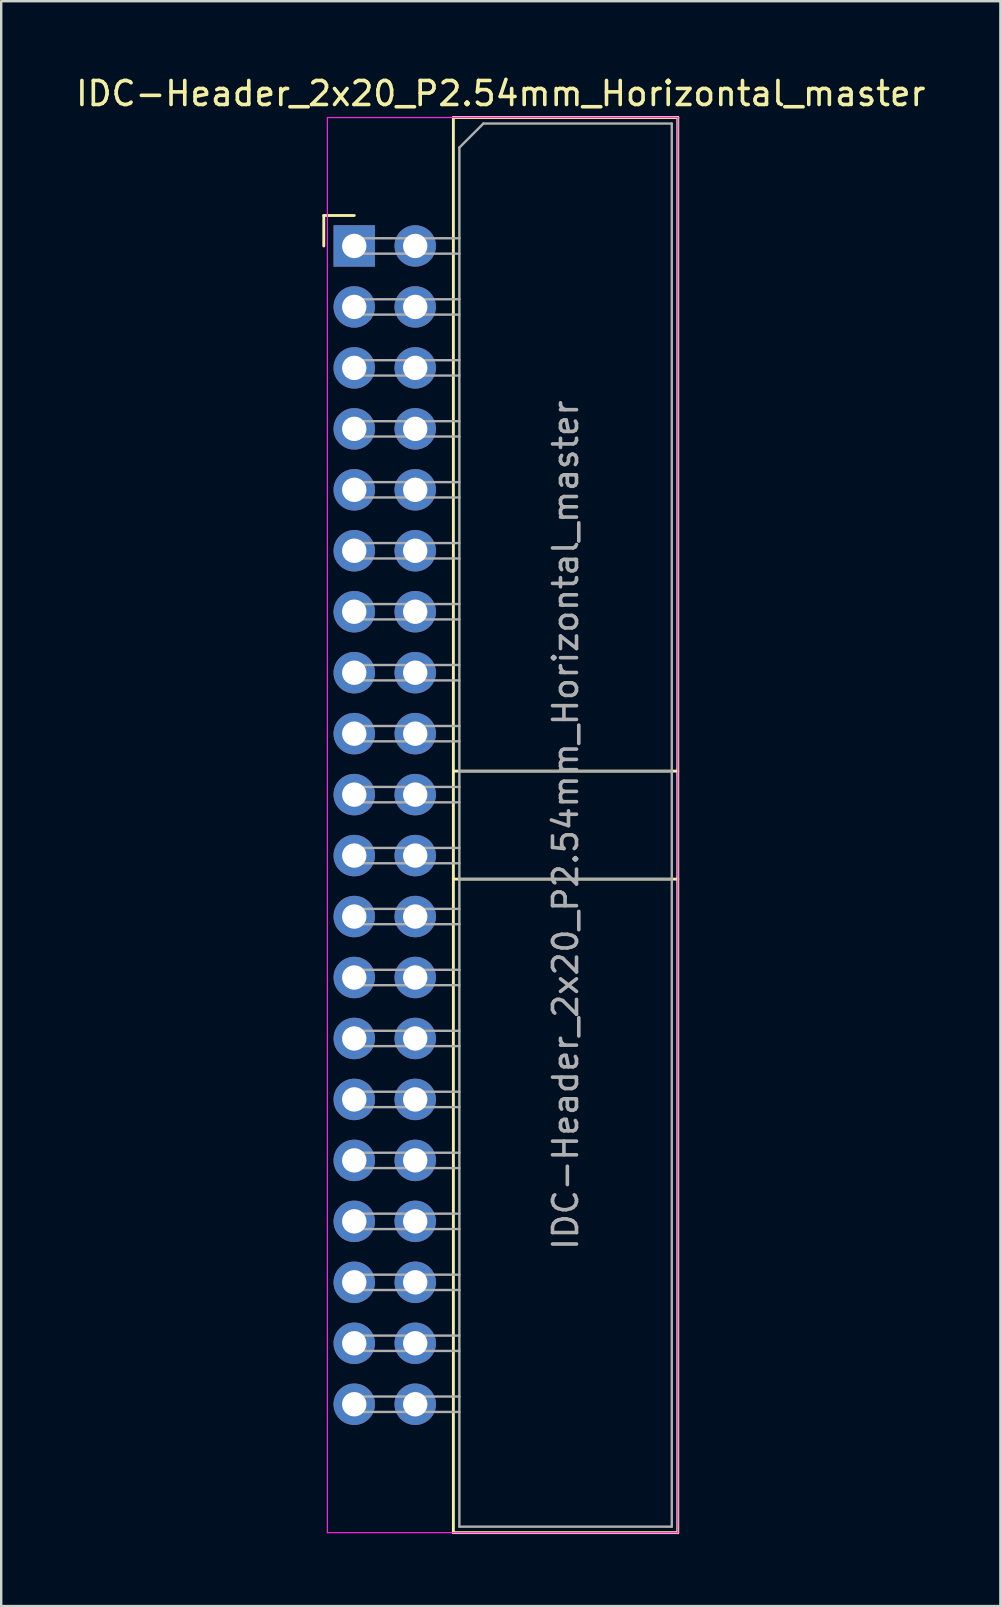
<source format=kicad_pcb>
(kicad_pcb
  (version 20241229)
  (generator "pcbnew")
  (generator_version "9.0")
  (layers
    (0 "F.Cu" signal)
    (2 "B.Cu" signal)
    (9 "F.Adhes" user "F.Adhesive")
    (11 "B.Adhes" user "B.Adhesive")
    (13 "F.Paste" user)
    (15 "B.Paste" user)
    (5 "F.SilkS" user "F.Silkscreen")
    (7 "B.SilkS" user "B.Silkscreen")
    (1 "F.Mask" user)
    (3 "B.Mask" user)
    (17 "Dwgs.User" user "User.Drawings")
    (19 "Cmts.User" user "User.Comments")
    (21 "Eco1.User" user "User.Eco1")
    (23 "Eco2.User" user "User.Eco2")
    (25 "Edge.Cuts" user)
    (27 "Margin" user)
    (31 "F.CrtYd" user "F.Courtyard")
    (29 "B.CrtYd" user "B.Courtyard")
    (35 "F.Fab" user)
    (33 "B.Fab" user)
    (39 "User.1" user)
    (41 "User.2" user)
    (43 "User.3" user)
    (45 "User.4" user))
  (footprint "IDC-Header_2x20_P2.54mm_Horizontal_master"
    (layer "F.Cu")
    (at 11.71 7.198)
    (property "Reference" "IDC-Header_2x20_P2.54mm_Horizontal_master" (at 6.105 -6.35 0) (layer "F.SilkS") (effects (font (size 1 1) (thickness 0.15))))
    (attr through_hole)
    (fp_line (start -1.27 -1.27) (end -1.27 0) (stroke (width 0.12) (type solid)) (layer "F.SilkS"))
    (fp_line (start 0 -1.27) (end -1.27 -1.27) (stroke (width 0.12) (type solid)) (layer "F.SilkS"))
    (fp_line (start 4.13 -5.35) (end 13.48 -5.35) (stroke (width 0.12) (type solid)) (layer "F.SilkS"))
    (fp_line (start 4.13 21.88) (end 13.48 21.88) (stroke (width 0.12) (type solid)) (layer "F.SilkS"))
    (fp_line (start 4.13 26.38) (end 13.48 26.38) (stroke (width 0.12) (type solid)) (layer "F.SilkS"))
    (fp_line (start 4.13 53.61) (end 4.13 -5.35) (stroke (width 0.12) (type solid)) (layer "F.SilkS"))
    (fp_line (start 4.13 53.61) (end 13.48 53.61) (stroke (width 0.12) (type solid)) (layer "F.SilkS"))
    (fp_line (start 13.48 -5.35) (end 13.48 53.61) (stroke (width 0.12) (type solid)) (layer "F.SilkS"))
    (fp_line (start -1.12 -5.35) (end 13.48 -5.35) (stroke (width 0.05) (type solid)) (layer "F.CrtYd"))
    (fp_line (start -1.12 53.61) (end -1.12 -5.35) (stroke (width 0.05) (type solid)) (layer "F.CrtYd"))
    (fp_line (start 13.48 -5.35) (end 13.48 53.61) (stroke (width 0.05) (type solid)) (layer "F.CrtYd"))
    (fp_line (start 13.48 53.61) (end -1.12 53.61) (stroke (width 0.05) (type solid)) (layer "F.CrtYd"))
    (fp_line (start -0.32 -0.32) (end -0.32 0.32) (stroke (width 0.1) (type solid)) (layer "F.Fab"))
    (fp_line (start -0.32 0.32) (end 4.38 0.32) (stroke (width 0.1) (type solid)) (layer "F.Fab"))
    (fp_line (start -0.32 2.22) (end -0.32 2.86) (stroke (width 0.1) (type solid)) (layer "F.Fab"))
    (fp_line (start -0.32 2.86) (end 4.38 2.86) (stroke (width 0.1) (type solid)) (layer "F.Fab"))
    (fp_line (start -0.32 4.76) (end -0.32 5.4) (stroke (width 0.1) (type solid)) (layer "F.Fab"))
    (fp_line (start -0.32 5.4) (end 4.38 5.4) (stroke (width 0.1) (type solid)) (layer "F.Fab"))
    (fp_line (start -0.32 7.3) (end -0.32 7.94) (stroke (width 0.1) (type solid)) (layer "F.Fab"))
    (fp_line (start -0.32 7.94) (end 4.38 7.94) (stroke (width 0.1) (type solid)) (layer "F.Fab"))
    (fp_line (start -0.32 9.84) (end -0.32 10.48) (stroke (width 0.1) (type solid)) (layer "F.Fab"))
    (fp_line (start -0.32 10.48) (end 4.38 10.48) (stroke (width 0.1) (type solid)) (layer "F.Fab"))
    (fp_line (start -0.32 12.38) (end -0.32 13.02) (stroke (width 0.1) (type solid)) (layer "F.Fab"))
    (fp_line (start -0.32 13.02) (end 4.38 13.02) (stroke (width 0.1) (type solid)) (layer "F.Fab"))
    (fp_line (start -0.32 14.92) (end -0.32 15.56) (stroke (width 0.1) (type solid)) (layer "F.Fab"))
    (fp_line (start -0.32 15.56) (end 4.38 15.56) (stroke (width 0.1) (type solid)) (layer "F.Fab"))
    (fp_line (start -0.32 17.46) (end -0.32 18.1) (stroke (width 0.1) (type solid)) (layer "F.Fab"))
    (fp_line (start -0.32 18.1) (end 4.38 18.1) (stroke (width 0.1) (type solid)) (layer "F.Fab"))
    (fp_line (start -0.32 20) (end -0.32 20.64) (stroke (width 0.1) (type solid)) (layer "F.Fab"))
    (fp_line (start -0.32 20.64) (end 4.38 20.64) (stroke (width 0.1) (type solid)) (layer "F.Fab"))
    (fp_line (start -0.32 22.54) (end -0.32 23.18) (stroke (width 0.1) (type solid)) (layer "F.Fab"))
    (fp_line (start -0.32 23.18) (end 4.38 23.18) (stroke (width 0.1) (type solid)) (layer "F.Fab"))
    (fp_line (start -0.32 25.08) (end -0.32 25.72) (stroke (width 0.1) (type solid)) (layer "F.Fab"))
    (fp_line (start -0.32 25.72) (end 4.38 25.72) (stroke (width 0.1) (type solid)) (layer "F.Fab"))
    (fp_line (start -0.32 27.62) (end -0.32 28.26) (stroke (width 0.1) (type solid)) (layer "F.Fab"))
    (fp_line (start -0.32 28.26) (end 4.38 28.26) (stroke (width 0.1) (type solid)) (layer "F.Fab"))
    (fp_line (start -0.32 30.16) (end -0.32 30.8) (stroke (width 0.1) (type solid)) (layer "F.Fab"))
    (fp_line (start -0.32 30.8) (end 4.38 30.8) (stroke (width 0.1) (type solid)) (layer "F.Fab"))
    (fp_line (start -0.32 32.7) (end -0.32 33.34) (stroke (width 0.1) (type solid)) (layer "F.Fab"))
    (fp_line (start -0.32 33.34) (end 4.38 33.34) (stroke (width 0.1) (type solid)) (layer "F.Fab"))
    (fp_line (start -0.32 35.24) (end -0.32 35.88) (stroke (width 0.1) (type solid)) (layer "F.Fab"))
    (fp_line (start -0.32 35.88) (end 4.38 35.88) (stroke (width 0.1) (type solid)) (layer "F.Fab"))
    (fp_line (start -0.32 37.78) (end -0.32 38.42) (stroke (width 0.1) (type solid)) (layer "F.Fab"))
    (fp_line (start -0.32 38.42) (end 4.38 38.42) (stroke (width 0.1) (type solid)) (layer "F.Fab"))
    (fp_line (start -0.32 40.32) (end -0.32 40.96) (stroke (width 0.1) (type solid)) (layer "F.Fab"))
    (fp_line (start -0.32 40.96) (end 4.38 40.96) (stroke (width 0.1) (type solid)) (layer "F.Fab"))
    (fp_line (start -0.32 42.86) (end -0.32 43.5) (stroke (width 0.1) (type solid)) (layer "F.Fab"))
    (fp_line (start -0.32 43.5) (end 4.38 43.5) (stroke (width 0.1) (type solid)) (layer "F.Fab"))
    (fp_line (start -0.32 45.4) (end -0.32 46.04) (stroke (width 0.1) (type solid)) (layer "F.Fab"))
    (fp_line (start -0.32 46.04) (end 4.38 46.04) (stroke (width 0.1) (type solid)) (layer "F.Fab"))
    (fp_line (start -0.32 47.94) (end -0.32 48.58) (stroke (width 0.1) (type solid)) (layer "F.Fab"))
    (fp_line (start -0.32 48.58) (end 4.38 48.58) (stroke (width 0.1) (type solid)) (layer "F.Fab"))
    (fp_line (start 4.38 -4.1) (end 5.38 -5.1) (stroke (width 0.1) (type solid)) (layer "F.Fab"))
    (fp_line (start 4.38 -0.32) (end -0.32 -0.32) (stroke (width 0.1) (type solid)) (layer "F.Fab"))
    (fp_line (start 4.38 2.22) (end -0.32 2.22) (stroke (width 0.1) (type solid)) (layer "F.Fab"))
    (fp_line (start 4.38 4.76) (end -0.32 4.76) (stroke (width 0.1) (type solid)) (layer "F.Fab"))
    (fp_line (start 4.38 7.3) (end -0.32 7.3) (stroke (width 0.1) (type solid)) (layer "F.Fab"))
    (fp_line (start 4.38 9.84) (end -0.32 9.84) (stroke (width 0.1) (type solid)) (layer "F.Fab"))
    (fp_line (start 4.38 12.38) (end -0.32 12.38) (stroke (width 0.1) (type solid)) (layer "F.Fab"))
    (fp_line (start 4.38 14.92) (end -0.32 14.92) (stroke (width 0.1) (type solid)) (layer "F.Fab"))
    (fp_line (start 4.38 17.46) (end -0.32 17.46) (stroke (width 0.1) (type solid)) (layer "F.Fab"))
    (fp_line (start 4.38 20) (end -0.32 20) (stroke (width 0.1) (type solid)) (layer "F.Fab"))
    (fp_line (start 4.38 21.88) (end 13.23 21.88) (stroke (width 0.1) (type solid)) (layer "F.Fab"))
    (fp_line (start 4.38 22.54) (end -0.32 22.54) (stroke (width 0.1) (type solid)) (layer "F.Fab"))
    (fp_line (start 4.38 25.08) (end -0.32 25.08) (stroke (width 0.1) (type solid)) (layer "F.Fab"))
    (fp_line (start 4.38 26.38) (end 13.23 26.38) (stroke (width 0.1) (type solid)) (layer "F.Fab"))
    (fp_line (start 4.38 27.62) (end -0.32 27.62) (stroke (width 0.1) (type solid)) (layer "F.Fab"))
    (fp_line (start 4.38 30.16) (end -0.32 30.16) (stroke (width 0.1) (type solid)) (layer "F.Fab"))
    (fp_line (start 4.38 32.7) (end -0.32 32.7) (stroke (width 0.1) (type solid)) (layer "F.Fab"))
    (fp_line (start 4.38 35.24) (end -0.32 35.24) (stroke (width 0.1) (type solid)) (layer "F.Fab"))
    (fp_line (start 4.38 37.78) (end -0.32 37.78) (stroke (width 0.1) (type solid)) (layer "F.Fab"))
    (fp_line (start 4.38 40.32) (end -0.32 40.32) (stroke (width 0.1) (type solid)) (layer "F.Fab"))
    (fp_line (start 4.38 42.86) (end -0.32 42.86) (stroke (width 0.1) (type solid)) (layer "F.Fab"))
    (fp_line (start 4.38 45.4) (end -0.32 45.4) (stroke (width 0.1) (type solid)) (layer "F.Fab"))
    (fp_line (start 4.38 47.94) (end -0.32 47.94) (stroke (width 0.1) (type solid)) (layer "F.Fab"))
    (fp_line (start 4.38 53.36) (end 4.38 -4.1) (stroke (width 0.1) (type solid)) (layer "F.Fab"))
    (fp_line (start 4.38 53.36) (end 13.23 53.36) (stroke (width 0.1) (type solid)) (layer "F.Fab"))
    (fp_line (start 5.38 -5.1) (end 13.23 -5.1) (stroke (width 0.1) (type solid)) (layer "F.Fab"))
    (fp_line (start 13.23 53.36) (end 13.23 -5.1) (stroke (width 0.1) (type solid)) (layer "F.Fab"))
    (fp_text user "${REFERENCE}" (at 8.805 24.13 90) (layer "F.Fab") (effects (font (size 1 1) (thickness 0.15))))
    (pad "1" thru_hole rect (at 0 0) (size 1.727 1.727) (drill 1.016) (layers "*.Cu" "*.Mask"))
    (pad "2" thru_hole oval (at 2.54 0) (size 1.727 1.727) (drill 1.016) (layers "*.Cu" "*.Mask"))
    (pad "3" thru_hole oval (at 0 2.54) (size 1.727 1.727) (drill 1.016) (layers "*.Cu" "*.Mask"))
    (pad "4" thru_hole oval (at 2.54 2.54) (size 1.727 1.727) (drill 1.016) (layers "*.Cu" "*.Mask"))
    (pad "5" thru_hole oval (at 0 5.08) (size 1.727 1.727) (drill 1.016) (layers "*.Cu" "*.Mask"))
    (pad "6" thru_hole oval (at 2.54 5.08) (size 1.727 1.727) (drill 1.016) (layers "*.Cu" "*.Mask"))
    (pad "7" thru_hole oval (at 0 7.62) (size 1.727 1.727) (drill 1.016) (layers "*.Cu" "*.Mask"))
    (pad "8" thru_hole oval (at 2.54 7.62) (size 1.727 1.727) (drill 1.016) (layers "*.Cu" "*.Mask"))
    (pad "9" thru_hole oval (at 0 10.16) (size 1.727 1.727) (drill 1.016) (layers "*.Cu" "*.Mask"))
    (pad "10" thru_hole oval (at 2.54 10.16) (size 1.727 1.727) (drill 1.016) (layers "*.Cu" "*.Mask"))
    (pad "11" thru_hole oval (at 0 12.7) (size 1.727 1.727) (drill 1.016) (layers "*.Cu" "*.Mask"))
    (pad "12" thru_hole oval (at 2.54 12.7) (size 1.727 1.727) (drill 1.016) (layers "*.Cu" "*.Mask"))
    (pad "13" thru_hole oval (at 0 15.24) (size 1.727 1.727) (drill 1.016) (layers "*.Cu" "*.Mask"))
    (pad "14" thru_hole oval (at 2.54 15.24) (size 1.727 1.727) (drill 1.016) (layers "*.Cu" "*.Mask"))
    (pad "15" thru_hole oval (at 0 17.78) (size 1.727 1.727) (drill 1.016) (layers "*.Cu" "*.Mask"))
    (pad "16" thru_hole oval (at 2.54 17.78) (size 1.727 1.727) (drill 1.016) (layers "*.Cu" "*.Mask"))
    (pad "17" thru_hole oval (at 0 20.32) (size 1.727 1.727) (drill 1.016) (layers "*.Cu" "*.Mask"))
    (pad "18" thru_hole oval (at 2.54 20.32) (size 1.727 1.727) (drill 1.016) (layers "*.Cu" "*.Mask"))
    (pad "19" thru_hole oval (at 0 22.86) (size 1.727 1.727) (drill 1.016) (layers "*.Cu" "*.Mask"))
    (pad "20" thru_hole oval (at 2.54 22.86) (size 1.727 1.727) (drill 1.016) (layers "*.Cu" "*.Mask"))
    (pad "21" thru_hole oval (at 0 25.4) (size 1.727 1.727) (drill 1.016) (layers "*.Cu" "*.Mask"))
    (pad "22" thru_hole oval (at 2.54 25.4) (size 1.727 1.727) (drill 1.016) (layers "*.Cu" "*.Mask"))
    (pad "23" thru_hole oval (at 0 27.94) (size 1.727 1.727) (drill 1.016) (layers "*.Cu" "*.Mask"))
    (pad "24" thru_hole oval (at 2.54 27.94) (size 1.727 1.727) (drill 1.016) (layers "*.Cu" "*.Mask"))
    (pad "25" thru_hole oval (at 0 30.48) (size 1.727 1.727) (drill 1.016) (layers "*.Cu" "*.Mask"))
    (pad "26" thru_hole oval (at 2.54 30.48) (size 1.727 1.727) (drill 1.016) (layers "*.Cu" "*.Mask"))
    (pad "27" thru_hole oval (at 0 33.02) (size 1.727 1.727) (drill 1.016) (layers "*.Cu" "*.Mask"))
    (pad "28" thru_hole oval (at 2.54 33.02) (size 1.727 1.727) (drill 1.016) (layers "*.Cu" "*.Mask"))
    (pad "29" thru_hole oval (at 0 35.56) (size 1.727 1.727) (drill 1.016) (layers "*.Cu" "*.Mask"))
    (pad "30" thru_hole oval (at 2.54 35.56) (size 1.727 1.727) (drill 1.016) (layers "*.Cu" "*.Mask"))
    (pad "31" thru_hole oval (at 0 38.1) (size 1.727 1.727) (drill 1.016) (layers "*.Cu" "*.Mask"))
    (pad "32" thru_hole oval (at 2.54 38.1) (size 1.727 1.727) (drill 1.016) (layers "*.Cu" "*.Mask"))
    (pad "33" thru_hole oval (at 0 40.64) (size 1.727 1.727) (drill 1.016) (layers "*.Cu" "*.Mask"))
    (pad "34" thru_hole oval (at 2.54 40.64) (size 1.727 1.727) (drill 1.016) (layers "*.Cu" "*.Mask"))
    (pad "35" thru_hole oval (at 0 43.18) (size 1.727 1.727) (drill 1.016) (layers "*.Cu" "*.Mask"))
    (pad "36" thru_hole oval (at 2.54 43.18) (size 1.727 1.727) (drill 1.016) (layers "*.Cu" "*.Mask"))
    (pad "37" thru_hole oval (at 0 45.72) (size 1.727 1.727) (drill 1.016) (layers "*.Cu" "*.Mask"))
    (pad "38" thru_hole oval (at 2.54 45.72) (size 1.727 1.727) (drill 1.016) (layers "*.Cu" "*.Mask"))
    (pad "39" thru_hole oval (at 0 48.26) (size 1.727 1.727) (drill 1.016) (layers "*.Cu" "*.Mask"))
    (pad "40" thru_hole oval (at 2.54 48.26) (size 1.727 1.727) (drill 1.016) (layers "*.Cu" "*.Mask")))
  (gr_rect
    (start -3 -3)
    (end 38.631 63.868)
    (stroke (width 0.1) (type default))
    (fill no)
    (layer "Edge.Cuts")))
</source>
